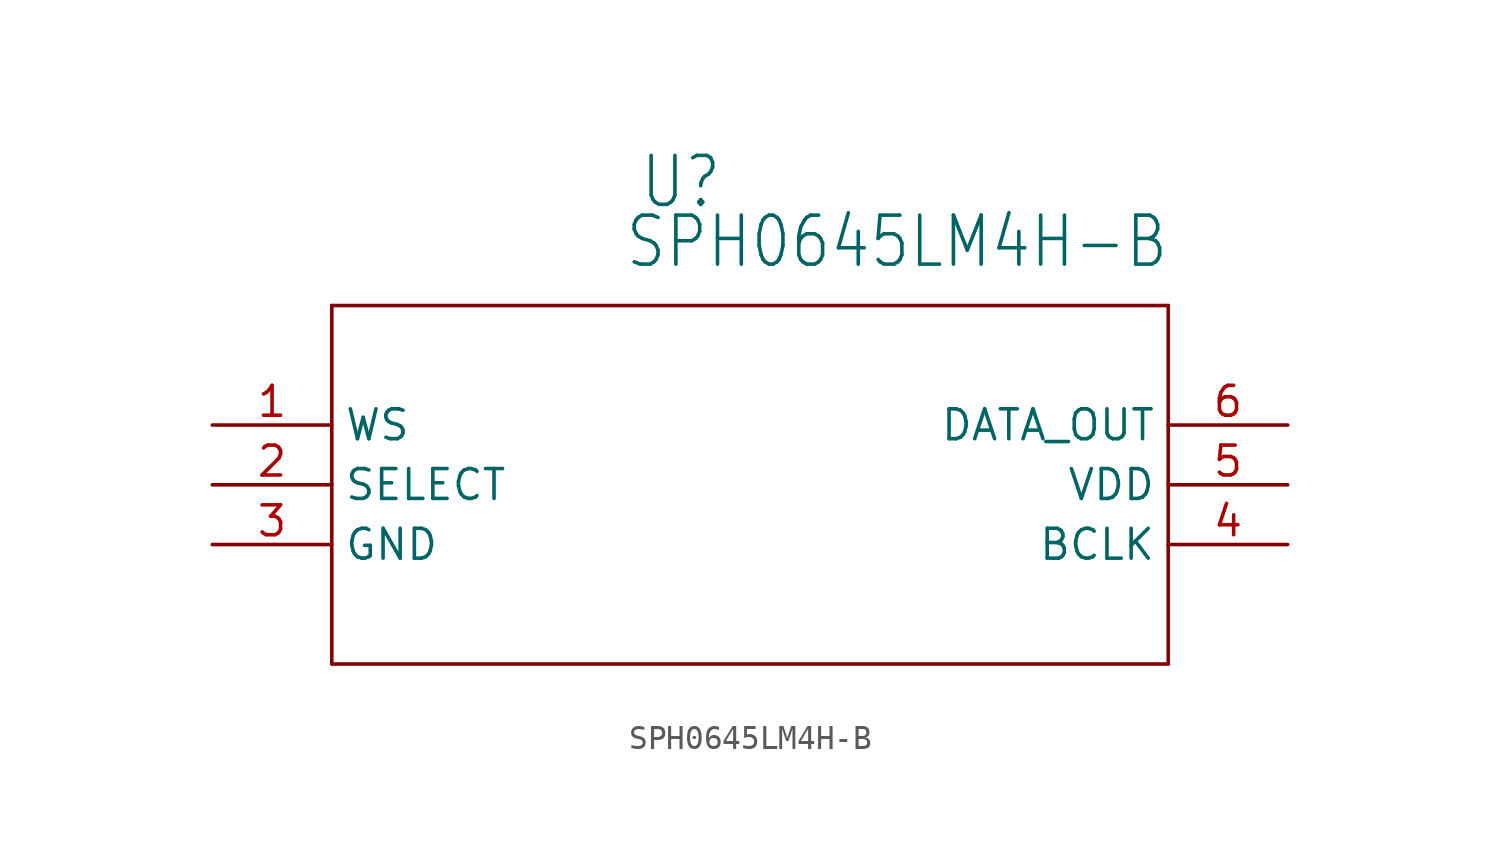
<source format=kicad_sym>
(kicad_symbol_lib
  (version 20211014)
  (generator kicad_symbol_editor)
  (symbol "SPH0645LM4H-B"
    (property "Reference" "U"
      (at 20.676 9.119 0)
      (effects (font (size 2.083 1.77)) (justify left bottom)))
    (property "Value" "SPH0645LM4H-B"
      (at 20.041 6.579 0)
      (effects (font (size 2.083 1.77)) (justify left bottom)))
    (property "ki_locked" ""
      (at 0 0 0)
      (effects (font (size 1.27 1.27))))
    (symbol "SPH0645LM4H-B_1_0"
      (polyline (pts (xy 7.62 -10.16) (xy 43.18 -10.16)) (stroke (width 0.152) (type default) (color 0 0 0 0)) (fill (type none)))
      (polyline (pts (xy 7.62 5.08) (xy 7.62 -10.16)) (stroke (width 0.152) (type default) (color 0 0 0 0)) (fill (type none)))
      (polyline (pts (xy 43.18 -10.16) (xy 43.18 5.08)) (stroke (width 0.152) (type default) (color 0 0 0 0)) (fill (type none)))
      (polyline (pts (xy 43.18 5.08) (xy 7.62 5.08)) (stroke (width 0.152) (type default) (color 0 0 0 0)) (fill (type none)))
      (pin input line (at 2.54 0 0) (length 5.08) (name "WS" (effects (font (size 1.27 1.27)))) (number "1" (effects (font (size 1.27 1.27)))))
      (pin input line (at 2.54 -2.54 0) (length 5.08) (name "SELECT" (effects (font (size 1.27 1.27)))) (number "2" (effects (font (size 1.27 1.27)))))
      (pin passive line (at 2.54 -5.08 0) (length 5.08) (name "GND" (effects (font (size 1.27 1.27)))) (number "3" (effects (font (size 1.27 1.27)))))
      (pin input line (at 48.26 -5.08 180) (length 5.08) (name "BCLK" (effects (font (size 1.27 1.27)))) (number "4" (effects (font (size 1.27 1.27)))))
      (pin power_in line (at 48.26 -2.54 180) (length 5.08) (name "VDD" (effects (font (size 1.27 1.27)))) (number "5" (effects (font (size 1.27 1.27)))))
      (pin output line (at 48.26 0 180) (length 5.08) (name "DATA_OUT" (effects (font (size 1.27 1.27)))) (number "6" (effects (font (size 1.27 1.27))))))))
</source>
